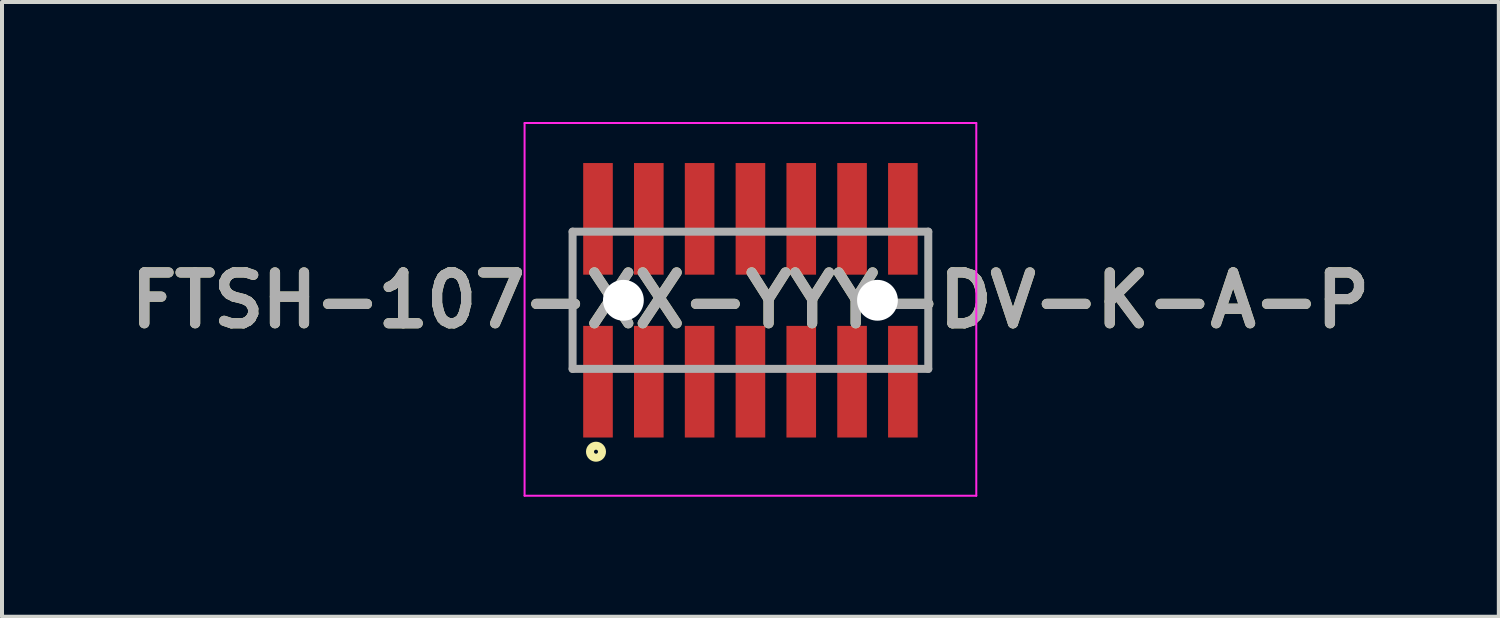
<source format=kicad_pcb>
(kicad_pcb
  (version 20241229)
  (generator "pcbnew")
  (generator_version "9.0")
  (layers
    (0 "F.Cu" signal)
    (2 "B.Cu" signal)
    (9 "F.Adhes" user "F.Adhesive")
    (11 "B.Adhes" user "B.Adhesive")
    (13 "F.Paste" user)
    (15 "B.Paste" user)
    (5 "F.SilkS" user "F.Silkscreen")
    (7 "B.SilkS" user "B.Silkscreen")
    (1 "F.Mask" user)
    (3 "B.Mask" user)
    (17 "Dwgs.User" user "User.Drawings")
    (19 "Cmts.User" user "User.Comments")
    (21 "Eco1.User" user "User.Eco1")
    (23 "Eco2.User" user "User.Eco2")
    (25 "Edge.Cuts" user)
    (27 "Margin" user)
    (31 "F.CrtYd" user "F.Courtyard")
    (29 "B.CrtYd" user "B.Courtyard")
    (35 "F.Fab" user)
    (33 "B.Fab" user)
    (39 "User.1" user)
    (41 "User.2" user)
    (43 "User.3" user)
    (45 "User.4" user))
  (footprint "FTSH-107-XX-YYY-DV-K-A-P"
    (layer "F.Cu")
    (at 15.706 4.455)
    (property "Reference" "FTSH-107-XX-YYY-DV-K-A-P" (at 0 0 0) (layer "F.SilkS") (effects (font (size 1.27 1.27) (thickness 0.254))))
    (attr through_hole)
    (fp_line (start -4.445 1.715) (end -4.445 -1.715) (stroke (width 0.1) (type solid)) (layer "F.SilkS"))
    (fp_line (start 4.445 -1.715) (end 4.445 1.715) (stroke (width 0.1) (type solid)) (layer "F.SilkS"))
    (fp_circle (center -3.86 3.785) (end -3.86 3.835) (stroke (width 0.2) (type solid)) (fill no) (layer "F.SilkS"))
    (fp_line (start -5.645 -4.43) (end 5.645 -4.43) (stroke (width 0.05) (type solid)) (layer "F.CrtYd"))
    (fp_line (start -5.645 4.885) (end -5.645 -4.43) (stroke (width 0.05) (type solid)) (layer "F.CrtYd"))
    (fp_line (start 5.645 -4.43) (end 5.645 4.885) (stroke (width 0.05) (type solid)) (layer "F.CrtYd"))
    (fp_line (start 5.645 4.885) (end -5.645 4.885) (stroke (width 0.05) (type solid)) (layer "F.CrtYd"))
    (fp_line (start -4.445 -1.715) (end 4.445 -1.715) (stroke (width 0.2) (type solid)) (layer "F.Fab"))
    (fp_line (start -4.445 1.715) (end -4.445 -1.715) (stroke (width 0.2) (type solid)) (layer "F.Fab"))
    (fp_line (start 4.445 -1.715) (end 4.445 1.715) (stroke (width 0.2) (type solid)) (layer "F.Fab"))
    (fp_line (start 4.445 1.715) (end -4.445 1.715) (stroke (width 0.2) (type solid)) (layer "F.Fab"))
    (fp_text user "${REFERENCE}" (at 0 0 0) (layer "F.Fab") (effects (font (size 1.27 1.27) (thickness 0.254))))
    (pad "" np_thru_hole circle (at -3.175 0) (size 1.02 1.02) (drill 1.02) (layers "*.Cu" "*.Mask"))
    (pad "" np_thru_hole circle (at 3.175 0) (size 1.02 1.02) (drill 1.02) (layers "*.Cu" "*.Mask"))
    (pad "1" smd rect (at -3.81 2.035) (size 0.74 2.79) (layers "F.Cu" "F.Mask" "F.Paste"))
    (pad "2" smd rect (at -3.81 -2.035) (size 0.74 2.79) (layers "F.Cu" "F.Mask" "F.Paste"))
    (pad "3" smd rect (at -2.54 2.035) (size 0.74 2.79) (layers "F.Cu" "F.Mask" "F.Paste"))
    (pad "4" smd rect (at -2.54 -2.035) (size 0.74 2.79) (layers "F.Cu" "F.Mask" "F.Paste"))
    (pad "5" smd rect (at -1.27 2.035) (size 0.74 2.79) (layers "F.Cu" "F.Mask" "F.Paste"))
    (pad "6" smd rect (at -1.27 -2.035) (size 0.74 2.79) (layers "F.Cu" "F.Mask" "F.Paste"))
    (pad "7" smd rect (at 0 2.035) (size 0.74 2.79) (layers "F.Cu" "F.Mask" "F.Paste"))
    (pad "8" smd rect (at 0 -2.035) (size 0.74 2.79) (layers "F.Cu" "F.Mask" "F.Paste"))
    (pad "9" smd rect (at 1.27 2.035) (size 0.74 2.79) (layers "F.Cu" "F.Mask" "F.Paste"))
    (pad "10" smd rect (at 1.27 -2.035) (size 0.74 2.79) (layers "F.Cu" "F.Mask" "F.Paste"))
    (pad "11" smd rect (at 2.54 2.035) (size 0.74 2.79) (layers "F.Cu" "F.Mask" "F.Paste"))
    (pad "12" smd rect (at 2.54 -2.035) (size 0.74 2.79) (layers "F.Cu" "F.Mask" "F.Paste"))
    (pad "13" smd rect (at 3.81 2.035) (size 0.74 2.79) (layers "F.Cu" "F.Mask" "F.Paste"))
    (pad "14" smd rect (at 3.81 -2.035) (size 0.74 2.79) (layers "F.Cu" "F.Mask" "F.Paste")))
  (gr_rect
    (start -3 -3)
    (end 34.411 12.365)
    (stroke (width 0.1) (type default))
    (fill no)
    (layer "Edge.Cuts")))
</source>
